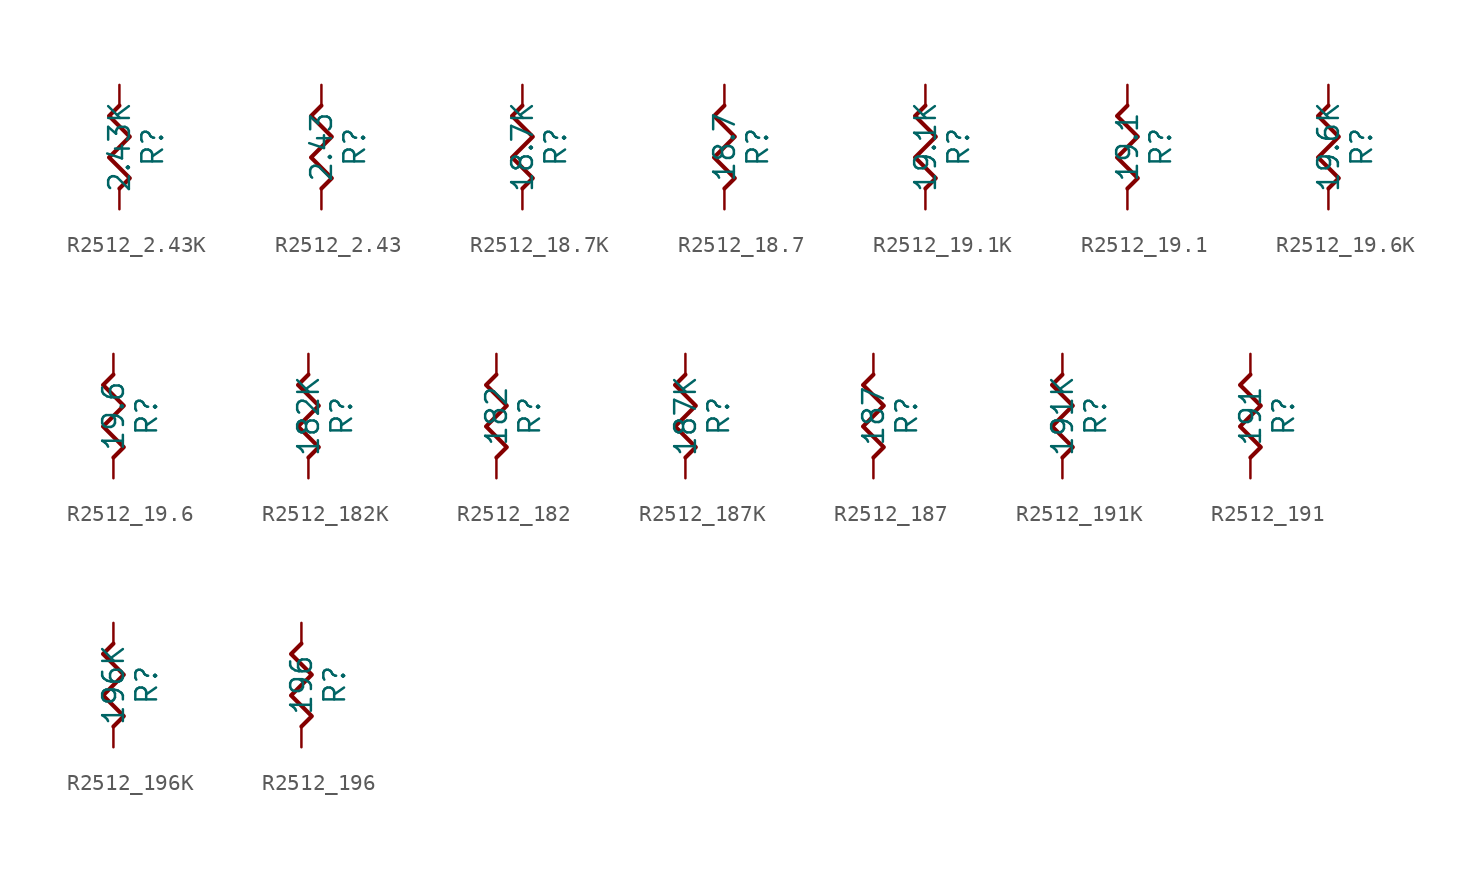
<source format=kicad_sym>
(kicad_symbol_lib
  (version 20211014)
  (generator atlantix-eda)
  (symbol "R2512_2.43K"
    (pin_numbers hide)
    (pin_names
      (offset 0))
    (property "Reference" "R"
      (at 2.032 0 90)
      (effects (font (size 1.27 1.27))))
    (property "Value" "2.43K"
      (at 0 0 90)
      (effects (font (size 1.27 1.27))))
    (symbol "R2512_2.43K_0_1"
      (polyline (pts (xy 0 -2.54) (xy 0.635 -1.905) (xy -0.635 -0.635) (xy 0.635 0.635) (xy -0.635 1.905) (xy 0 2.54)) (stroke (width 0.254) (type default) (color 0 0 0 0)) (fill (type none))))
    (symbol "R2512_2.43K_1_1"
      (pin passive line (at 0 3.81 270) (length 1.27) (name "~" (effects (font (size 1.27 1.27)))) (number "1" (effects (font (size 1.27 1.27)))))
      (pin passive line (at 0 -3.81 90) (length 1.27) (name "~" (effects (font (size 1.27 1.27)))) (number "2" (effects (font (size 1.27 1.27)))))))
  (symbol "R2512_2.43"
    (pin_numbers hide)
    (pin_names
      (offset 0))
    (property "Reference" "R"
      (at 2.032 0 90)
      (effects (font (size 1.27 1.27))))
    (property "Value" "2.43"
      (at 0 0 90)
      (effects (font (size 1.27 1.27))))
    (symbol "R2512_2.43_0_1"
      (polyline (pts (xy 0 -2.54) (xy 0.635 -1.905) (xy -0.635 -0.635) (xy 0.635 0.635) (xy -0.635 1.905) (xy 0 2.54)) (stroke (width 0.254) (type default) (color 0 0 0 0)) (fill (type none))))
    (symbol "R2512_2.43_1_1"
      (pin passive line (at 0 3.81 270) (length 1.27) (name "~" (effects (font (size 1.27 1.27)))) (number "1" (effects (font (size 1.27 1.27)))))
      (pin passive line (at 0 -3.81 90) (length 1.27) (name "~" (effects (font (size 1.27 1.27)))) (number "2" (effects (font (size 1.27 1.27)))))))
  (symbol "R2512_18.7K"
    (pin_numbers hide)
    (pin_names
      (offset 0))
    (property "Reference" "R"
      (at 2.032 0 90)
      (effects (font (size 1.27 1.27))))
    (property "Value" "18.7K"
      (at 0 0 90)
      (effects (font (size 1.27 1.27))))
    (symbol "R2512_18.7K_0_1"
      (polyline (pts (xy 0 -2.54) (xy 0.635 -1.905) (xy -0.635 -0.635) (xy 0.635 0.635) (xy -0.635 1.905) (xy 0 2.54)) (stroke (width 0.254) (type default) (color 0 0 0 0)) (fill (type none))))
    (symbol "R2512_18.7K_1_1"
      (pin passive line (at 0 3.81 270) (length 1.27) (name "~" (effects (font (size 1.27 1.27)))) (number "1" (effects (font (size 1.27 1.27)))))
      (pin passive line (at 0 -3.81 90) (length 1.27) (name "~" (effects (font (size 1.27 1.27)))) (number "2" (effects (font (size 1.27 1.27)))))))
  (symbol "R2512_18.7"
    (pin_numbers hide)
    (pin_names
      (offset 0))
    (property "Reference" "R"
      (at 2.032 0 90)
      (effects (font (size 1.27 1.27))))
    (property "Value" "18.7"
      (at 0 0 90)
      (effects (font (size 1.27 1.27))))
    (symbol "R2512_18.7_0_1"
      (polyline (pts (xy 0 -2.54) (xy 0.635 -1.905) (xy -0.635 -0.635) (xy 0.635 0.635) (xy -0.635 1.905) (xy 0 2.54)) (stroke (width 0.254) (type default) (color 0 0 0 0)) (fill (type none))))
    (symbol "R2512_18.7_1_1"
      (pin passive line (at 0 3.81 270) (length 1.27) (name "~" (effects (font (size 1.27 1.27)))) (number "1" (effects (font (size 1.27 1.27)))))
      (pin passive line (at 0 -3.81 90) (length 1.27) (name "~" (effects (font (size 1.27 1.27)))) (number "2" (effects (font (size 1.27 1.27)))))))
  (symbol "R2512_19.1K"
    (pin_numbers hide)
    (pin_names
      (offset 0))
    (property "Reference" "R"
      (at 2.032 0 90)
      (effects (font (size 1.27 1.27))))
    (property "Value" "19.1K"
      (at 0 0 90)
      (effects (font (size 1.27 1.27))))
    (symbol "R2512_19.1K_0_1"
      (polyline (pts (xy 0 -2.54) (xy 0.635 -1.905) (xy -0.635 -0.635) (xy 0.635 0.635) (xy -0.635 1.905) (xy 0 2.54)) (stroke (width 0.254) (type default) (color 0 0 0 0)) (fill (type none))))
    (symbol "R2512_19.1K_1_1"
      (pin passive line (at 0 3.81 270) (length 1.27) (name "~" (effects (font (size 1.27 1.27)))) (number "1" (effects (font (size 1.27 1.27)))))
      (pin passive line (at 0 -3.81 90) (length 1.27) (name "~" (effects (font (size 1.27 1.27)))) (number "2" (effects (font (size 1.27 1.27)))))))
  (symbol "R2512_19.1"
    (pin_numbers hide)
    (pin_names
      (offset 0))
    (property "Reference" "R"
      (at 2.032 0 90)
      (effects (font (size 1.27 1.27))))
    (property "Value" "19.1"
      (at 0 0 90)
      (effects (font (size 1.27 1.27))))
    (symbol "R2512_19.1_0_1"
      (polyline (pts (xy 0 -2.54) (xy 0.635 -1.905) (xy -0.635 -0.635) (xy 0.635 0.635) (xy -0.635 1.905) (xy 0 2.54)) (stroke (width 0.254) (type default) (color 0 0 0 0)) (fill (type none))))
    (symbol "R2512_19.1_1_1"
      (pin passive line (at 0 3.81 270) (length 1.27) (name "~" (effects (font (size 1.27 1.27)))) (number "1" (effects (font (size 1.27 1.27)))))
      (pin passive line (at 0 -3.81 90) (length 1.27) (name "~" (effects (font (size 1.27 1.27)))) (number "2" (effects (font (size 1.27 1.27)))))))
  (symbol "R2512_19.6K"
    (pin_numbers hide)
    (pin_names
      (offset 0))
    (property "Reference" "R"
      (at 2.032 0 90)
      (effects (font (size 1.27 1.27))))
    (property "Value" "19.6K"
      (at 0 0 90)
      (effects (font (size 1.27 1.27))))
    (symbol "R2512_19.6K_0_1"
      (polyline (pts (xy 0 -2.54) (xy 0.635 -1.905) (xy -0.635 -0.635) (xy 0.635 0.635) (xy -0.635 1.905) (xy 0 2.54)) (stroke (width 0.254) (type default) (color 0 0 0 0)) (fill (type none))))
    (symbol "R2512_19.6K_1_1"
      (pin passive line (at 0 3.81 270) (length 1.27) (name "~" (effects (font (size 1.27 1.27)))) (number "1" (effects (font (size 1.27 1.27)))))
      (pin passive line (at 0 -3.81 90) (length 1.27) (name "~" (effects (font (size 1.27 1.27)))) (number "2" (effects (font (size 1.27 1.27)))))))
  (symbol "R2512_19.6"
    (pin_numbers hide)
    (pin_names
      (offset 0))
    (property "Reference" "R"
      (at 2.032 0 90)
      (effects (font (size 1.27 1.27))))
    (property "Value" "19.6"
      (at 0 0 90)
      (effects (font (size 1.27 1.27))))
    (symbol "R2512_19.6_0_1"
      (polyline (pts (xy 0 -2.54) (xy 0.635 -1.905) (xy -0.635 -0.635) (xy 0.635 0.635) (xy -0.635 1.905) (xy 0 2.54)) (stroke (width 0.254) (type default) (color 0 0 0 0)) (fill (type none))))
    (symbol "R2512_19.6_1_1"
      (pin passive line (at 0 3.81 270) (length 1.27) (name "~" (effects (font (size 1.27 1.27)))) (number "1" (effects (font (size 1.27 1.27)))))
      (pin passive line (at 0 -3.81 90) (length 1.27) (name "~" (effects (font (size 1.27 1.27)))) (number "2" (effects (font (size 1.27 1.27)))))))
  (symbol "R2512_182K"
    (pin_numbers hide)
    (pin_names
      (offset 0))
    (property "Reference" "R"
      (at 2.032 0 90)
      (effects (font (size 1.27 1.27))))
    (property "Value" "182K"
      (at 0 0 90)
      (effects (font (size 1.27 1.27))))
    (symbol "R2512_182K_0_1"
      (polyline (pts (xy 0 -2.54) (xy 0.635 -1.905) (xy -0.635 -0.635) (xy 0.635 0.635) (xy -0.635 1.905) (xy 0 2.54)) (stroke (width 0.254) (type default) (color 0 0 0 0)) (fill (type none))))
    (symbol "R2512_182K_1_1"
      (pin passive line (at 0 3.81 270) (length 1.27) (name "~" (effects (font (size 1.27 1.27)))) (number "1" (effects (font (size 1.27 1.27)))))
      (pin passive line (at 0 -3.81 90) (length 1.27) (name "~" (effects (font (size 1.27 1.27)))) (number "2" (effects (font (size 1.27 1.27)))))))
  (symbol "R2512_182"
    (pin_numbers hide)
    (pin_names
      (offset 0))
    (property "Reference" "R"
      (at 2.032 0 90)
      (effects (font (size 1.27 1.27))))
    (property "Value" "182"
      (at 0 0 90)
      (effects (font (size 1.27 1.27))))
    (symbol "R2512_182_0_1"
      (polyline (pts (xy 0 -2.54) (xy 0.635 -1.905) (xy -0.635 -0.635) (xy 0.635 0.635) (xy -0.635 1.905) (xy 0 2.54)) (stroke (width 0.254) (type default) (color 0 0 0 0)) (fill (type none))))
    (symbol "R2512_182_1_1"
      (pin passive line (at 0 3.81 270) (length 1.27) (name "~" (effects (font (size 1.27 1.27)))) (number "1" (effects (font (size 1.27 1.27)))))
      (pin passive line (at 0 -3.81 90) (length 1.27) (name "~" (effects (font (size 1.27 1.27)))) (number "2" (effects (font (size 1.27 1.27)))))))
  (symbol "R2512_187K"
    (pin_numbers hide)
    (pin_names
      (offset 0))
    (property "Reference" "R"
      (at 2.032 0 90)
      (effects (font (size 1.27 1.27))))
    (property "Value" "187K"
      (at 0 0 90)
      (effects (font (size 1.27 1.27))))
    (symbol "R2512_187K_0_1"
      (polyline (pts (xy 0 -2.54) (xy 0.635 -1.905) (xy -0.635 -0.635) (xy 0.635 0.635) (xy -0.635 1.905) (xy 0 2.54)) (stroke (width 0.254) (type default) (color 0 0 0 0)) (fill (type none))))
    (symbol "R2512_187K_1_1"
      (pin passive line (at 0 3.81 270) (length 1.27) (name "~" (effects (font (size 1.27 1.27)))) (number "1" (effects (font (size 1.27 1.27)))))
      (pin passive line (at 0 -3.81 90) (length 1.27) (name "~" (effects (font (size 1.27 1.27)))) (number "2" (effects (font (size 1.27 1.27)))))))
  (symbol "R2512_187"
    (pin_numbers hide)
    (pin_names
      (offset 0))
    (property "Reference" "R"
      (at 2.032 0 90)
      (effects (font (size 1.27 1.27))))
    (property "Value" "187"
      (at 0 0 90)
      (effects (font (size 1.27 1.27))))
    (symbol "R2512_187_0_1"
      (polyline (pts (xy 0 -2.54) (xy 0.635 -1.905) (xy -0.635 -0.635) (xy 0.635 0.635) (xy -0.635 1.905) (xy 0 2.54)) (stroke (width 0.254) (type default) (color 0 0 0 0)) (fill (type none))))
    (symbol "R2512_187_1_1"
      (pin passive line (at 0 3.81 270) (length 1.27) (name "~" (effects (font (size 1.27 1.27)))) (number "1" (effects (font (size 1.27 1.27)))))
      (pin passive line (at 0 -3.81 90) (length 1.27) (name "~" (effects (font (size 1.27 1.27)))) (number "2" (effects (font (size 1.27 1.27)))))))
  (symbol "R2512_191K"
    (pin_numbers hide)
    (pin_names
      (offset 0))
    (property "Reference" "R"
      (at 2.032 0 90)
      (effects (font (size 1.27 1.27))))
    (property "Value" "191K"
      (at 0 0 90)
      (effects (font (size 1.27 1.27))))
    (symbol "R2512_191K_0_1"
      (polyline (pts (xy 0 -2.54) (xy 0.635 -1.905) (xy -0.635 -0.635) (xy 0.635 0.635) (xy -0.635 1.905) (xy 0 2.54)) (stroke (width 0.254) (type default) (color 0 0 0 0)) (fill (type none))))
    (symbol "R2512_191K_1_1"
      (pin passive line (at 0 3.81 270) (length 1.27) (name "~" (effects (font (size 1.27 1.27)))) (number "1" (effects (font (size 1.27 1.27)))))
      (pin passive line (at 0 -3.81 90) (length 1.27) (name "~" (effects (font (size 1.27 1.27)))) (number "2" (effects (font (size 1.27 1.27)))))))
  (symbol "R2512_191"
    (pin_numbers hide)
    (pin_names
      (offset 0))
    (property "Reference" "R"
      (at 2.032 0 90)
      (effects (font (size 1.27 1.27))))
    (property "Value" "191"
      (at 0 0 90)
      (effects (font (size 1.27 1.27))))
    (symbol "R2512_191_0_1"
      (polyline (pts (xy 0 -2.54) (xy 0.635 -1.905) (xy -0.635 -0.635) (xy 0.635 0.635) (xy -0.635 1.905) (xy 0 2.54)) (stroke (width 0.254) (type default) (color 0 0 0 0)) (fill (type none))))
    (symbol "R2512_191_1_1"
      (pin passive line (at 0 3.81 270) (length 1.27) (name "~" (effects (font (size 1.27 1.27)))) (number "1" (effects (font (size 1.27 1.27)))))
      (pin passive line (at 0 -3.81 90) (length 1.27) (name "~" (effects (font (size 1.27 1.27)))) (number "2" (effects (font (size 1.27 1.27)))))))
  (symbol "R2512_196K"
    (pin_numbers hide)
    (pin_names
      (offset 0))
    (property "Reference" "R"
      (at 2.032 0 90)
      (effects (font (size 1.27 1.27))))
    (property "Value" "196K"
      (at 0 0 90)
      (effects (font (size 1.27 1.27))))
    (symbol "R2512_196K_0_1"
      (polyline (pts (xy 0 -2.54) (xy 0.635 -1.905) (xy -0.635 -0.635) (xy 0.635 0.635) (xy -0.635 1.905) (xy 0 2.54)) (stroke (width 0.254) (type default) (color 0 0 0 0)) (fill (type none))))
    (symbol "R2512_196K_1_1"
      (pin passive line (at 0 3.81 270) (length 1.27) (name "~" (effects (font (size 1.27 1.27)))) (number "1" (effects (font (size 1.27 1.27)))))
      (pin passive line (at 0 -3.81 90) (length 1.27) (name "~" (effects (font (size 1.27 1.27)))) (number "2" (effects (font (size 1.27 1.27)))))))
  (symbol "R2512_196"
    (pin_numbers hide)
    (pin_names
      (offset 0))
    (property "Reference" "R"
      (at 2.032 0 90)
      (effects (font (size 1.27 1.27))))
    (property "Value" "196"
      (at 0 0 90)
      (effects (font (size 1.27 1.27))))
    (symbol "R2512_196_0_1"
      (polyline (pts (xy 0 -2.54) (xy 0.635 -1.905) (xy -0.635 -0.635) (xy 0.635 0.635) (xy -0.635 1.905) (xy 0 2.54)) (stroke (width 0.254) (type default) (color 0 0 0 0)) (fill (type none))))
    (symbol "R2512_196_1_1"
      (pin passive line (at 0 3.81 270) (length 1.27) (name "~" (effects (font (size 1.27 1.27)))) (number "1" (effects (font (size 1.27 1.27)))))
      (pin passive line (at 0 -3.81 90) (length 1.27) (name "~" (effects (font (size 1.27 1.27)))) (number "2" (effects (font (size 1.27 1.27))))))))
</source>
